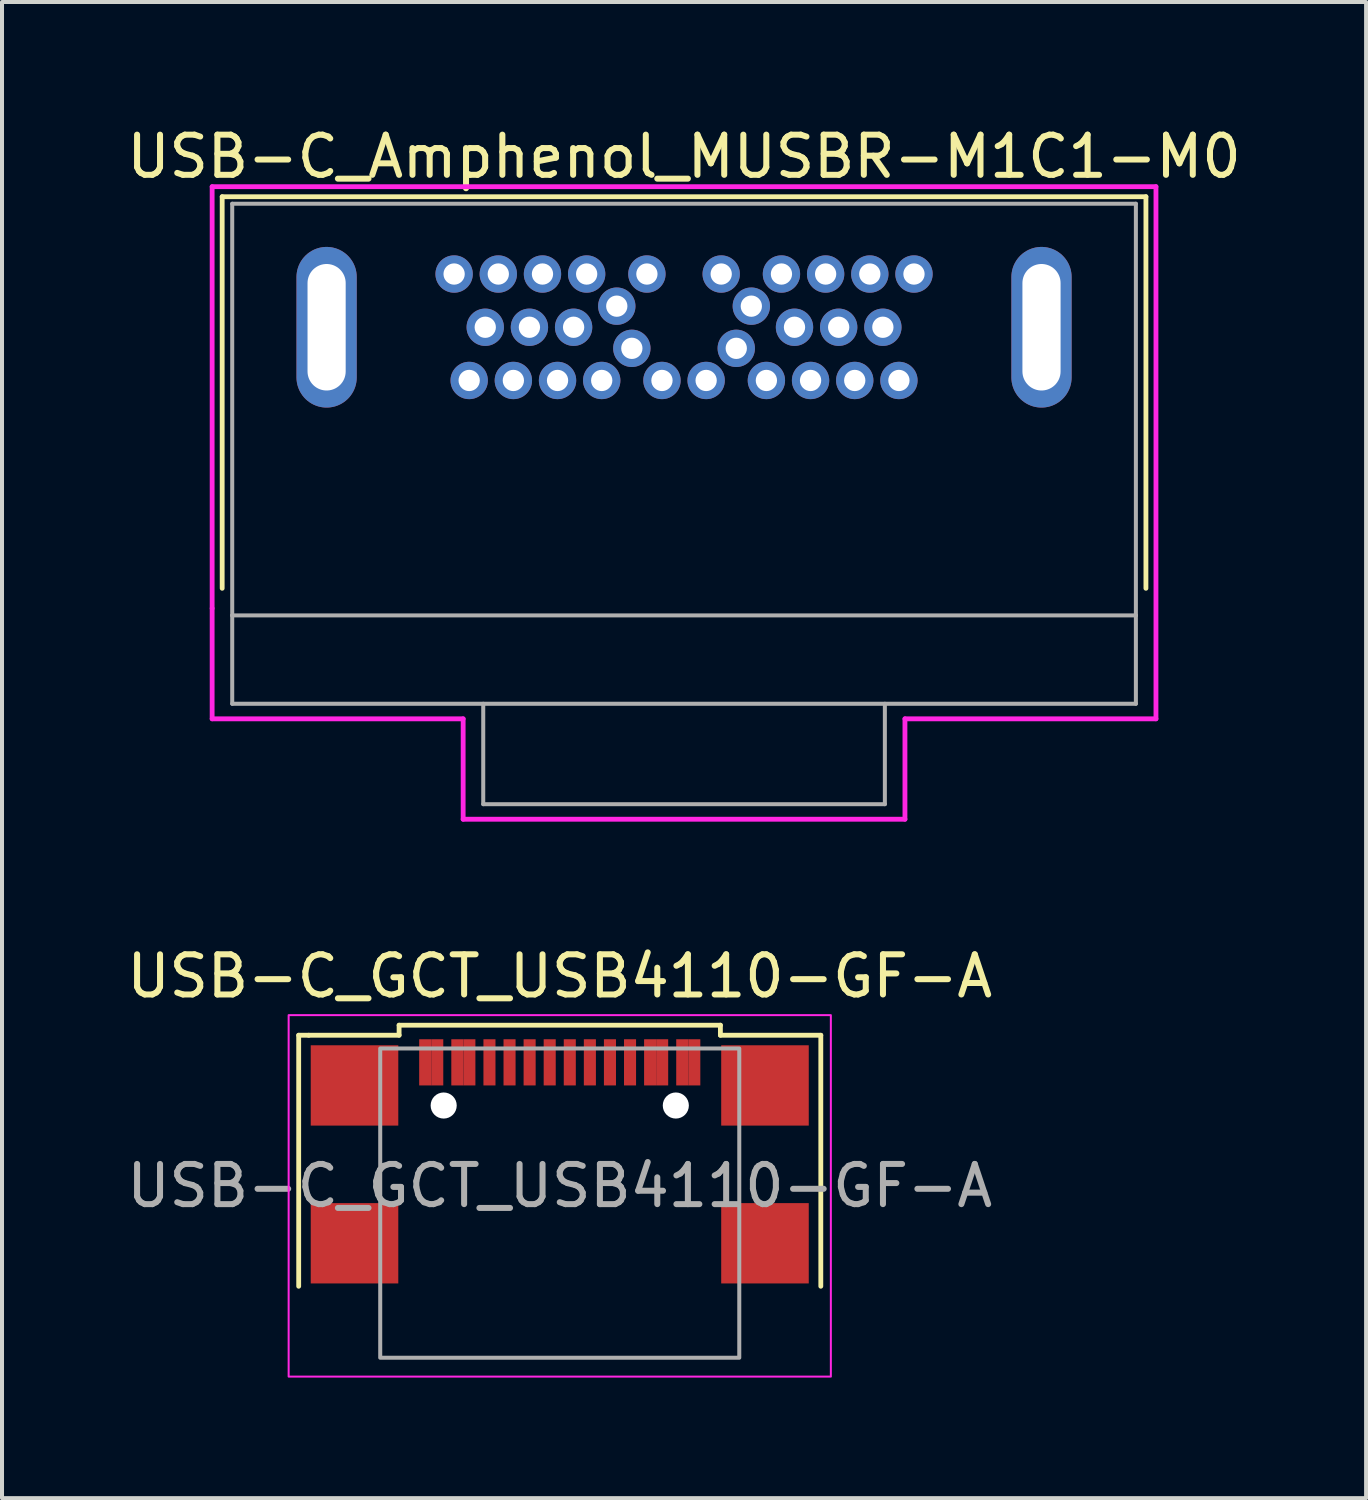
<source format=kicad_pcb>
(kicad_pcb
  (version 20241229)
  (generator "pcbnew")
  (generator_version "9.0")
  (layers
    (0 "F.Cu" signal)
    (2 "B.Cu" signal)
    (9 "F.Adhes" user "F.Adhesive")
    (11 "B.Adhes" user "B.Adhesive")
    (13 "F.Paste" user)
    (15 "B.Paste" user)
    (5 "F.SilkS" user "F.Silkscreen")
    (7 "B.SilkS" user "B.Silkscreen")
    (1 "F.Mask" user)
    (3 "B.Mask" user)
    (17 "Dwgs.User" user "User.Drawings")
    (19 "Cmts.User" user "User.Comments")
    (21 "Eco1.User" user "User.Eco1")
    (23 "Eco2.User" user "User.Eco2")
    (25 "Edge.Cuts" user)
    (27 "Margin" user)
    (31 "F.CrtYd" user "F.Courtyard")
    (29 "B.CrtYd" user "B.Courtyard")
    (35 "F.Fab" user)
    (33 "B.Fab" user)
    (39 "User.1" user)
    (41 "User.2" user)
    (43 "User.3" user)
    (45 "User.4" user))
  (footprint "USB-C_GCT_USB4110-GF-A"
    (layer "F.Cu")
    (at 10.887 30.756)
    (property "Reference" "USB-C_GCT_USB4110-GF-A" (at 0 -9.5 0) (unlocked yes) (layer "F.SilkS") (effects (font (size 1 1) (thickness 0.15))))
    (attr smd)
    (fp_line (start -6.5 -8.03) (end -6.5 -1.78) (stroke (width 0.12) (type default)) (layer "F.SilkS"))
    (fp_line (start -6.25 -8.03) (end -6.5 -8.03) (stroke (width 0.12) (type default)) (layer "F.SilkS"))
    (fp_line (start -6.25 -8.03) (end -4 -8.03) (stroke (width 0.12) (type default)) (layer "F.SilkS"))
    (fp_line (start -4 -8.28) (end 4 -8.28) (stroke (width 0.12) (type default)) (layer "F.SilkS"))
    (fp_line (start -4 -8.03) (end -4 -8.28) (stroke (width 0.12) (type default)) (layer "F.SilkS"))
    (fp_line (start 4 -8.28) (end 4 -8.03) (stroke (width 0.12) (type default)) (layer "F.SilkS"))
    (fp_line (start 4 -8.03) (end 6.5 -8.03) (stroke (width 0.12) (type default)) (layer "F.SilkS"))
    (fp_line (start 6.5 -8.03) (end 6.5 -1.78) (stroke (width 0.12) (type default)) (layer "F.SilkS"))
    (fp_rect (start -6.75 -8.53) (end 6.75 0.47) (stroke (width 0.05) (type default)) (fill no) (layer "F.CrtYd"))
    (fp_rect (start -4.47 -7.7) (end 4.47 0) (stroke (width 0.1) (type default)) (fill no) (layer "F.Fab"))
    (fp_text user "${REFERENCE}" (at 0 -4.28 0) (unlocked yes) (layer "F.Fab") (effects (font (size 1 1) (thickness 0.15))))
    (pad "" np_thru_hole circle (at -2.89 -6.28) (size 0.65 0.65) (drill 0.65) (layers "*.Cu" "*.Mask"))
    (pad "" np_thru_hole circle (at 2.89 -6.28) (size 0.65 0.65) (drill 0.65) (layers "*.Cu" "*.Mask"))
    (pad "A1" smd rect (at -3.35 -7.355) (size 0.3 1.15) (layers "F.Cu" "F.Mask" "F.Paste"))
    (pad "A4" smd rect (at -2.55 -7.355) (size 0.3 1.15) (layers "F.Cu" "F.Mask" "F.Paste"))
    (pad "A5" smd rect (at -1.25 -7.355) (size 0.3 1.15) (layers "F.Cu" "F.Mask" "F.Paste"))
    (pad "A6" smd rect (at -0.25 -7.355) (size 0.3 1.15) (layers "F.Cu" "F.Mask" "F.Paste"))
    (pad "A7" smd rect (at 0.25 -7.355) (size 0.3 1.15) (layers "F.Cu" "F.Mask" "F.Paste"))
    (pad "A8" smd rect (at 1.25 -7.355) (size 0.3 1.15) (layers "F.Cu" "F.Mask" "F.Paste"))
    (pad "A9" smd rect (at 2.55 -7.355) (size 0.3 1.15) (layers "F.Cu" "F.Mask" "F.Paste"))
    (pad "A12" smd rect (at 3.35 -7.355) (size 0.3 1.15) (layers "F.Cu" "F.Mask" "F.Paste"))
    (pad "B1" smd rect (at 3.05 -7.355) (size 0.3 1.15) (layers "F.Cu" "F.Mask" "F.Paste"))
    (pad "B4" smd rect (at 2.25 -7.355) (size 0.3 1.15) (layers "F.Cu" "F.Mask" "F.Paste"))
    (pad "B5" smd rect (at 1.75 -7.355) (size 0.3 1.15) (layers "F.Cu" "F.Mask" "F.Paste"))
    (pad "B6" smd rect (at 0.75 -7.355) (size 0.3 1.15) (layers "F.Cu" "F.Mask" "F.Paste"))
    (pad "B7" smd rect (at -0.75 -7.355) (size 0.3 1.15) (layers "F.Cu" "F.Mask" "F.Paste"))
    (pad "B8" smd rect (at -1.75 -7.355) (size 0.3 1.15) (layers "F.Cu" "F.Mask" "F.Paste"))
    (pad "B9" smd rect (at -2.25 -7.355) (size 0.3 1.15) (layers "F.Cu" "F.Mask" "F.Paste"))
    (pad "B12" smd rect (at -3.05 -7.355) (size 0.3 1.15) (layers "F.Cu" "F.Mask" "F.Paste"))
    (pad "SH" smd rect (at -5.11 -6.78) (size 2.18 2) (layers "F.Cu" "F.Mask" "F.Paste"))
    (pad "SH" smd rect (at -5.11 -2.85) (size 2.18 2) (layers "F.Cu" "F.Mask" "F.Paste"))
    (pad "SH" smd rect (at 5.11 -6.78) (size 2.18 2) (layers "F.Cu" "F.Mask" "F.Paste"))
    (pad "SH" smd rect (at 5.11 -2.85) (size 2.18 2) (layers "F.Cu" "F.Mask" "F.Paste")))
  (footprint "USB-C_Amphenol_MUSBR-M1C1-M0"
    (layer "F.Cu")
    (at 13.982 5.098)
    (property "Reference" "USB-C_Amphenol_MUSBR-M1C1-M0" (at 0 -4.25 0) (unlocked yes) (layer "F.SilkS") (effects (font (size 1 1) (thickness 0.15))))
    (fp_line (start -11.5 -3.25) (end 11.5 -3.25) (stroke (width 0.12) (type solid)) (layer "F.SilkS"))
    (fp_line (start -11.5 6.5) (end -11.5 -3.25) (stroke (width 0.12) (type solid)) (layer "F.SilkS"))
    (fp_line (start 11.5 -3.25) (end 11.5 6.5) (stroke (width 0.12) (type solid)) (layer "F.SilkS"))
    (fp_line (start -11.75 -3.5) (end 11.75 -3.5) (stroke (width 0.12) (type solid)) (layer "F.CrtYd"))
    (fp_line (start -11.75 7) (end -11.75 -3.5) (stroke (width 0.12) (type solid)) (layer "F.CrtYd"))
    (fp_line (start -11.75 9.75) (end -11.75 7) (stroke (width 0.12) (type solid)) (layer "F.CrtYd"))
    (fp_line (start -5.5 9.75) (end -11.75 9.75) (stroke (width 0.12) (type solid)) (layer "F.CrtYd"))
    (fp_line (start -5.5 12.25) (end -5.5 9.75) (stroke (width 0.12) (type solid)) (layer "F.CrtYd"))
    (fp_line (start 5.5 9.75) (end 5.5 12.25) (stroke (width 0.12) (type solid)) (layer "F.CrtYd"))
    (fp_line (start 5.5 12.25) (end -5.5 12.25) (stroke (width 0.12) (type solid)) (layer "F.CrtYd"))
    (fp_line (start 11.75 -3.5) (end 11.75 9.75) (stroke (width 0.12) (type solid)) (layer "F.CrtYd"))
    (fp_line (start 11.75 9.75) (end 5.5 9.75) (stroke (width 0.12) (type solid)) (layer "F.CrtYd"))
    (fp_line (start -11.25 -3.075) (end 11.25 -3.075) (stroke (width 0.1) (type solid)) (layer "F.Fab"))
    (fp_line (start -11.25 7.175) (end -11.25 -3.075) (stroke (width 0.1) (type solid)) (layer "F.Fab"))
    (fp_line (start -11.25 7.175) (end 11.25 7.175) (stroke (width 0.1) (type solid)) (layer "F.Fab"))
    (fp_line (start -11.25 9.375) (end -11.25 7.175) (stroke (width 0.1) (type solid)) (layer "F.Fab"))
    (fp_line (start -11.25 9.375) (end 11.25 9.375) (stroke (width 0.1) (type solid)) (layer "F.Fab"))
    (fp_line (start -5 11.875) (end -5 9.375) (stroke (width 0.1) (type solid)) (layer "F.Fab"))
    (fp_line (start -5 11.875) (end 5 11.875) (stroke (width 0.1) (type solid)) (layer "F.Fab"))
    (fp_line (start 5 11.875) (end 5 9.375) (stroke (width 0.1) (type solid)) (layer "F.Fab"))
    (fp_line (start 11.25 -3.075) (end 11.25 7.175) (stroke (width 0.1) (type solid)) (layer "F.Fab"))
    (fp_line (start 11.25 7.175) (end 11.25 9.375) (stroke (width 0.1) (type solid)) (layer "F.Fab"))
    (fp_line (start -11.25 6.93) (end 11.25 6.93) (stroke (width 0.12) (type solid)) (layer "User.1"))
    (fp_text user "Board Edge" (at 0 6.25 0) (unlocked yes) (layer "User.1") (effects (font (size 1 1) (thickness 0.15))))
    (pad "A1" thru_hole circle (at -5.725 -1.325) (size 0.93 0.93) (drill 0.53) (layers "*.Cu" "*.Mask"))
    (pad "A1" thru_hole circle (at -4.95 0) (size 0.93 0.93) (drill 0.53) (layers "*.Cu" "*.Mask"))
    (pad "A1" thru_hole circle (at -3.85 0) (size 0.93 0.93) (drill 0.53) (layers "*.Cu" "*.Mask"))
    (pad "A1" thru_hole circle (at -2.75 0) (size 0.93 0.93) (drill 0.53) (layers "*.Cu" "*.Mask"))
    (pad "A1" thru_hole circle (at 2.75 0 180) (size 0.93 0.93) (drill 0.53) (layers "*.Cu" "*.Mask"))
    (pad "A1" thru_hole circle (at 3.85 0 180) (size 0.93 0.93) (drill 0.53) (layers "*.Cu" "*.Mask"))
    (pad "A1" thru_hole circle (at 4.95 0 180) (size 0.93 0.93) (drill 0.53) (layers "*.Cu" "*.Mask"))
    (pad "A2" thru_hole circle (at -4.625 -1.325) (size 0.93 0.93) (drill 0.53) (layers "*.Cu" "*.Mask"))
    (pad "A3" thru_hole circle (at -3.525 -1.325) (size 0.93 0.93) (drill 0.53) (layers "*.Cu" "*.Mask"))
    (pad "A4" thru_hole circle (at -2.425 -1.325) (size 0.93 0.93) (drill 0.53) (layers "*.Cu" "*.Mask"))
    (pad "A5" thru_hole circle (at -1.675 -0.525) (size 0.93 0.93) (drill 0.53) (layers "*.Cu" "*.Mask"))
    (pad "A6" thru_hole circle (at -0.925 -1.325) (size 0.93 0.93) (drill 0.53) (layers "*.Cu" "*.Mask"))
    (pad "A7" thru_hole circle (at 0.925 -1.325 180) (size 0.93 0.93) (drill 0.53) (layers "*.Cu" "*.Mask"))
    (pad "A8" thru_hole circle (at 1.675 -0.525 180) (size 0.93 0.93) (drill 0.53) (layers "*.Cu" "*.Mask"))
    (pad "A9" thru_hole circle (at 2.425 -1.325 180) (size 0.93 0.93) (drill 0.53) (layers "*.Cu" "*.Mask"))
    (pad "A10" thru_hole circle (at 3.525 -1.325 180) (size 0.93 0.93) (drill 0.53) (layers "*.Cu" "*.Mask"))
    (pad "A11" thru_hole circle (at 4.625 -1.325 180) (size 0.93 0.93) (drill 0.53) (layers "*.Cu" "*.Mask"))
    (pad "A12" thru_hole circle (at 5.725 -1.325 180) (size 0.93 0.93) (drill 0.53) (layers "*.Cu" "*.Mask"))
    (pad "B1" thru_hole circle (at 5.35 1.325 180) (size 0.93 0.93) (drill 0.53) (layers "*.Cu" "*.Mask"))
    (pad "B2" thru_hole circle (at 4.25 1.325 180) (size 0.93 0.93) (drill 0.53) (layers "*.Cu" "*.Mask"))
    (pad "B3" thru_hole circle (at 3.15 1.325 180) (size 0.93 0.93) (drill 0.53) (layers "*.Cu" "*.Mask"))
    (pad "B4" thru_hole circle (at 2.05 1.325 180) (size 0.93 0.93) (drill 0.53) (layers "*.Cu" "*.Mask"))
    (pad "B5" thru_hole circle (at 1.3 0.525 180) (size 0.93 0.93) (drill 0.53) (layers "*.Cu" "*.Mask"))
    (pad "B6" thru_hole circle (at 0.55 1.325 180) (size 0.93 0.93) (drill 0.53) (layers "*.Cu" "*.Mask"))
    (pad "B7" thru_hole circle (at -0.55 1.325) (size 0.93 0.93) (drill 0.53) (layers "*.Cu" "*.Mask"))
    (pad "B8" thru_hole circle (at -1.3 0.525) (size 0.93 0.93) (drill 0.53) (layers "*.Cu" "*.Mask"))
    (pad "B9" thru_hole circle (at -2.05 1.325) (size 0.93 0.93) (drill 0.53) (layers "*.Cu" "*.Mask"))
    (pad "B10" thru_hole circle (at -3.15 1.325) (size 0.93 0.93) (drill 0.53) (layers "*.Cu" "*.Mask"))
    (pad "B11" thru_hole circle (at -4.25 1.325) (size 0.93 0.93) (drill 0.53) (layers "*.Cu" "*.Mask"))
    (pad "B12" thru_hole circle (at -5.35 1.325) (size 0.93 0.93) (drill 0.53) (layers "*.Cu" "*.Mask"))
    (pad "S1" thru_hole oval (at -8.9 0) (size 1.5 4) (drill oval 0.95 3.15) (layers "*.Cu" "*.Mask"))
    (pad "S1" thru_hole oval (at 8.9 0) (size 1.5 4) (drill oval 0.95 3.15) (layers "*.Cu" "*.Mask")))
  (gr_rect
    (start -3 -3)
    (end 30.964 34.252)
    (stroke (width 0.1) (type default))
    (fill no)
    (layer "Edge.Cuts")))
</source>
